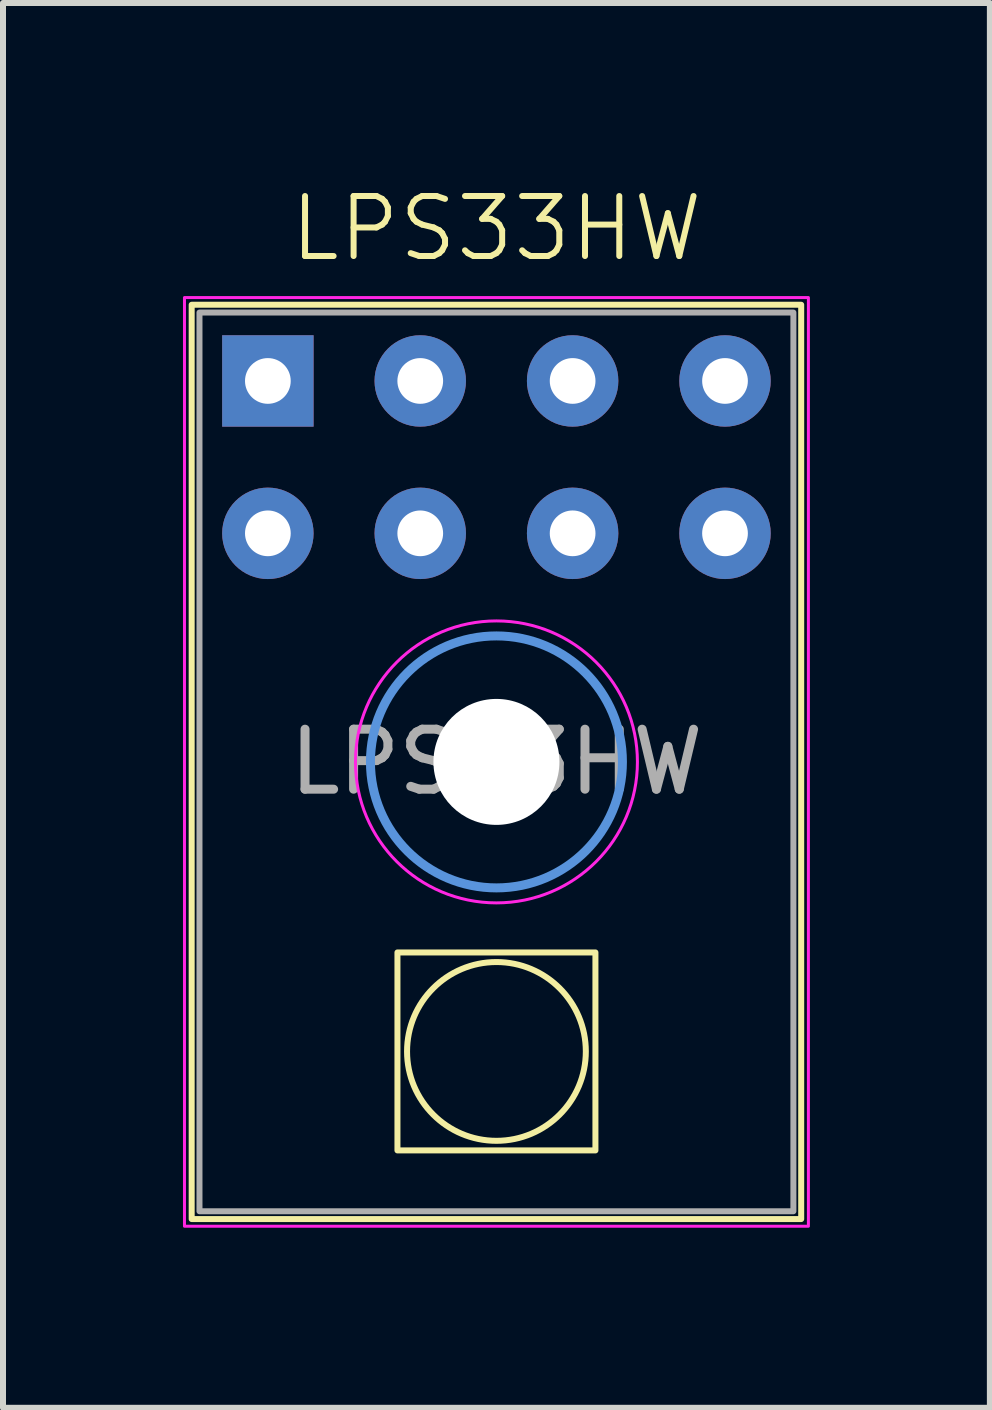
<source format=kicad_pcb>
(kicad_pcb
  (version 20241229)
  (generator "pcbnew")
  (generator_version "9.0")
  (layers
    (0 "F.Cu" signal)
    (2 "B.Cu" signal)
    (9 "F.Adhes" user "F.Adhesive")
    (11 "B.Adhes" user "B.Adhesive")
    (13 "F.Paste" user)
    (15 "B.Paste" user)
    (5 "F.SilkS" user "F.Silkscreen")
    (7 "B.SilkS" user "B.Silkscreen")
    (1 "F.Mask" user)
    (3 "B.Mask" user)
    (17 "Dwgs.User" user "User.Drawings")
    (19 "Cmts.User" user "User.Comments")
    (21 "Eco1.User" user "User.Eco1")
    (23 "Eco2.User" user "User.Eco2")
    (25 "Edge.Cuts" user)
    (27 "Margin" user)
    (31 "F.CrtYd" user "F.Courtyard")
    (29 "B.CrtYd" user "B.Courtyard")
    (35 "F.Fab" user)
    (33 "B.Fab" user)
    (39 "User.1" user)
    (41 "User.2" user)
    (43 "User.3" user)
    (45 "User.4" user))
  (footprint "LPS33HW"
    (layer "F.Cu")
    (at 5.225 9.65)
    (property "Reference" "LPS33HW" (at 0 -8.89 0) (unlocked yes) (layer "F.SilkS") (effects (font (size 1 1) (thickness 0.1))))
    (attr through_hole)
    (fp_rect (start -5.08 -7.62) (end 5.08 7.62) (stroke (width 0.1) (type default)) (fill no) (layer "F.SilkS"))
    (fp_rect (start -1.65 3.176) (end 1.65 6.476) (stroke (width 0.1) (type default)) (fill no) (layer "F.SilkS"))
    (fp_circle (center 0 4.826) (end 1.49 4.826) (stroke (width 0.1) (type default)) (fill no) (layer "F.SilkS"))
    (fp_circle (center 0 0) (end 2.1 0) (stroke (width 0.15) (type solid)) (fill no) (layer "Cmts.User"))
    (fp_rect (start -5.2 -7.74) (end 5.2 7.74) (stroke (width 0.05) (type default)) (fill no) (layer "F.CrtYd"))
    (fp_circle (center 0 0) (end 2.35 0) (stroke (width 0.05) (type solid)) (fill no) (layer "F.CrtYd"))
    (fp_rect (start -4.95 -7.49) (end 4.95 7.49) (stroke (width 0.1) (type default)) (fill no) (layer "F.Fab"))
    (fp_text user "${REFERENCE}" (at 0 0 0) (unlocked yes) (layer "F.Fab") (effects (font (size 1 1) (thickness 0.15))))
    (pad "" np_thru_hole circle (at 0 0) (size 2.1 2.1) (drill 2.1) (layers "*.Cu" "*.Mask"))
    (pad "1" thru_hole rect (at -3.81 -6.35) (size 1.524 1.524) (drill 0.762) (layers "*.Cu" "*.Mask"))
    (pad "2" thru_hole circle (at -1.27 -6.35) (size 1.524 1.524) (drill 0.762) (layers "*.Cu" "*.Mask"))
    (pad "3" thru_hole circle (at 1.27 -6.35) (size 1.524 1.524) (drill 0.762) (layers "*.Cu" "*.Mask"))
    (pad "4" thru_hole circle (at 3.81 -6.35) (size 1.524 1.524) (drill 0.762) (layers "*.Cu" "*.Mask"))
    (pad "5" thru_hole circle (at -3.81 -3.81) (size 1.524 1.524) (drill 0.762) (layers "*.Cu" "*.Mask"))
    (pad "6" thru_hole circle (at -1.27 -3.81) (size 1.524 1.524) (drill 0.762) (layers "*.Cu" "*.Mask"))
    (pad "7" thru_hole circle (at 1.27 -3.81) (size 1.524 1.524) (drill 0.762) (layers "*.Cu" "*.Mask"))
    (pad "8" thru_hole circle (at 3.81 -3.81) (size 1.524 1.524) (drill 0.762) (layers "*.Cu" "*.Mask")))
  (gr_rect
    (start -3 -3)
    (end 13.45 20.416)
    (stroke (width 0.1) (type default))
    (fill no)
    (layer "Edge.Cuts")))
</source>
